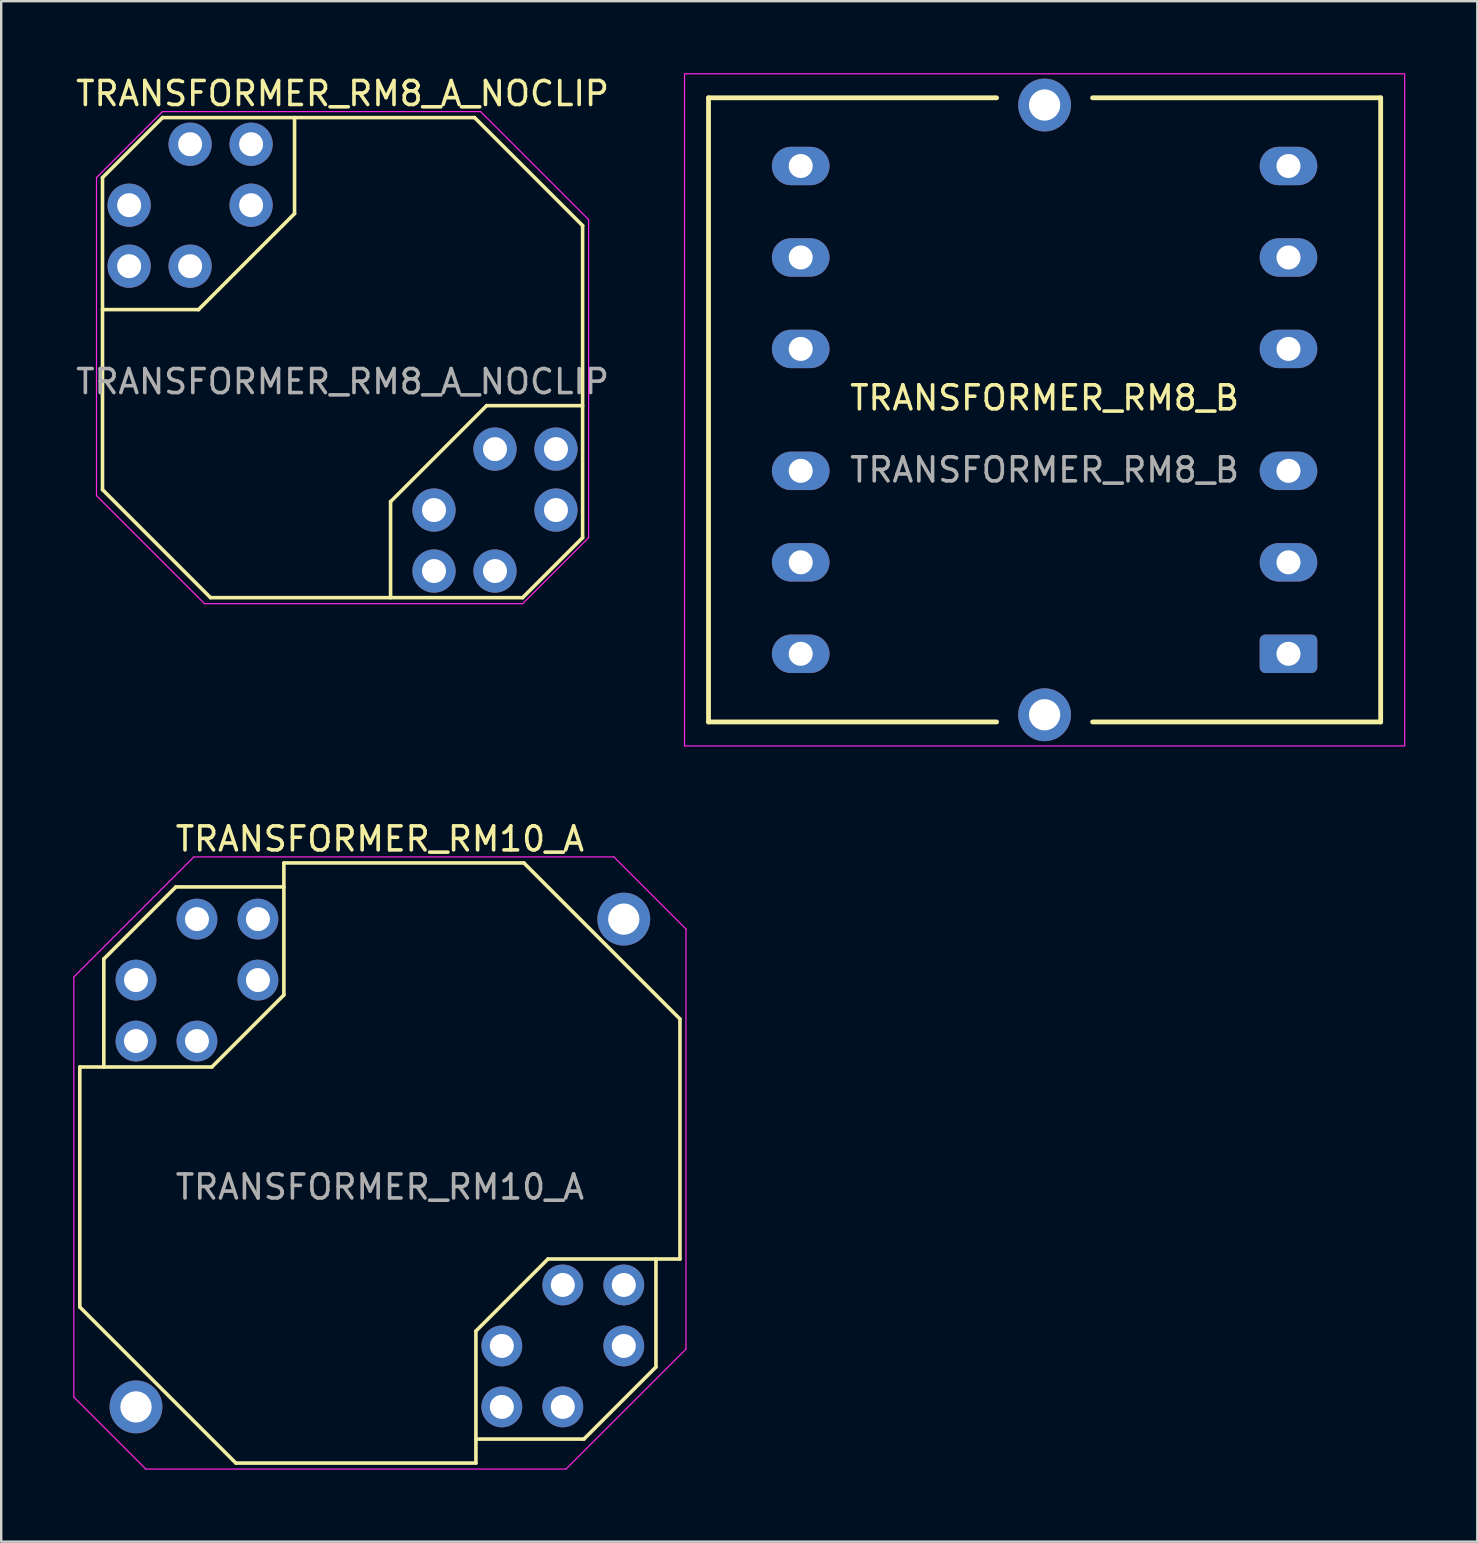
<source format=kicad_pcb>
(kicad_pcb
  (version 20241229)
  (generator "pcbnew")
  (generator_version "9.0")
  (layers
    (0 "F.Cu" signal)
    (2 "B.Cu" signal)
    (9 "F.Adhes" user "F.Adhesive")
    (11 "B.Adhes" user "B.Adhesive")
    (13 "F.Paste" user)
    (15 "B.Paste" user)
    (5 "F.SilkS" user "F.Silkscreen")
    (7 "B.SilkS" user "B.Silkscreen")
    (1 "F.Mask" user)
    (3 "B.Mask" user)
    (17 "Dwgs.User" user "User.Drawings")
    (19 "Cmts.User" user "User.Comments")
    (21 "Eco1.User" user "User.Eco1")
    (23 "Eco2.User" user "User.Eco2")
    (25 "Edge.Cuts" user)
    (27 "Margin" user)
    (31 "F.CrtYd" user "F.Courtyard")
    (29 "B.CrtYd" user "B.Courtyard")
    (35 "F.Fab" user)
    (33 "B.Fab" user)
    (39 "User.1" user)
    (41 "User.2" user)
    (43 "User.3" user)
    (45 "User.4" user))
  (footprint "TRANSFORMER_RM8_A_NOCLIP"
    (layer "F.Cu")
    (at 11.22 11.848)
    (property "Reference" "TRANSFORMER_RM8_A_NOCLIP" (at 0 -11 0) (unlocked yes) (layer "F.SilkS") (effects (font (size 1 1) (thickness 0.15))))
    (attr through_hole)
    (fp_line (start -10 -7.5) (end -10 5.5) (stroke (width 0.15) (type default)) (layer "F.SilkS"))
    (fp_line (start -10 -7.5) (end -7.5 -10) (stroke (width 0.15) (type default)) (layer "F.SilkS"))
    (fp_line (start -10 -2) (end -6 -2) (stroke (width 0.15) (type default)) (layer "F.SilkS"))
    (fp_line (start -10 5.5) (end -5.5 10) (stroke (width 0.15) (type default)) (layer "F.SilkS"))
    (fp_line (start -6 -2) (end -2 -6) (stroke (width 0.15) (type default)) (layer "F.SilkS"))
    (fp_line (start -5.5 10) (end 7.5 10) (stroke (width 0.15) (type default)) (layer "F.SilkS"))
    (fp_line (start -2 -6) (end -2 -10) (stroke (width 0.15) (type default)) (layer "F.SilkS"))
    (fp_line (start 2 6) (end 6 2) (stroke (width 0.15) (type default)) (layer "F.SilkS"))
    (fp_line (start 2 10) (end 2 6) (stroke (width 0.15) (type default)) (layer "F.SilkS"))
    (fp_line (start 5.5 -10) (end -7.5 -10) (stroke (width 0.15) (type default)) (layer "F.SilkS"))
    (fp_line (start 6 2) (end 10 2) (stroke (width 0.15) (type default)) (layer "F.SilkS"))
    (fp_line (start 7.5 10) (end 10 7.5) (stroke (width 0.15) (type default)) (layer "F.SilkS"))
    (fp_line (start 10 -5.5) (end 5.5 -10) (stroke (width 0.15) (type default)) (layer "F.SilkS"))
    (fp_line (start 10 7.5) (end 10 -5.5) (stroke (width 0.15) (type default)) (layer "F.SilkS"))
    (fp_line (start -10.25 -7.5) (end -7.5 -10.25) (stroke (width 0.05) (type default)) (layer "F.CrtYd"))
    (fp_line (start -10.25 5.75) (end -10.25 -7.5) (stroke (width 0.05) (type default)) (layer "F.CrtYd"))
    (fp_line (start -7.5 -10.25) (end 5.75 -10.25) (stroke (width 0.05) (type default)) (layer "F.CrtYd"))
    (fp_line (start -5.75 10.25) (end -10.25 5.75) (stroke (width 0.05) (type default)) (layer "F.CrtYd"))
    (fp_line (start 5.75 -10.25) (end 10.25 -5.75) (stroke (width 0.05) (type default)) (layer "F.CrtYd"))
    (fp_line (start 7.5 10.25) (end -5.75 10.25) (stroke (width 0.05) (type default)) (layer "F.CrtYd"))
    (fp_line (start 7.5 10.25) (end 10.25 7.5) (stroke (width 0.05) (type default)) (layer "F.CrtYd"))
    (fp_line (start 10.25 -5.75) (end 10.25 7.5) (stroke (width 0.05) (type default)) (layer "F.CrtYd"))
    (fp_text user "${REFERENCE}" (at 0 1 0) (unlocked yes) (layer "F.Fab") (effects (font (size 1 1) (thickness 0.15))))
    (pad "1" thru_hole circle (at 8.89 6.35) (size 1.8 1.8) (drill 1) (layers "*.Cu" "*.Mask"))
    (pad "2" thru_hole circle (at 8.89 3.81) (size 1.8 1.8) (drill 1) (layers "*.Cu" "*.Mask"))
    (pad "3" thru_hole circle (at 6.35 3.81) (size 1.8 1.8) (drill 1) (layers "*.Cu" "*.Mask"))
    (pad "4" thru_hole circle (at -3.81 -6.35) (size 1.8 1.8) (drill 1) (layers "*.Cu" "*.Mask"))
    (pad "5" thru_hole circle (at -3.81 -8.89) (size 1.8 1.8) (drill 1) (layers "*.Cu" "*.Mask"))
    (pad "6" thru_hole circle (at -6.35 -8.89) (size 1.8 1.8) (drill 1) (layers "*.Cu" "*.Mask"))
    (pad "7" thru_hole circle (at -8.89 -6.35) (size 1.8 1.8) (drill 1) (layers "*.Cu" "*.Mask"))
    (pad "8" thru_hole circle (at -8.89 -3.81) (size 1.8 1.8) (drill 1) (layers "*.Cu" "*.Mask"))
    (pad "9" thru_hole circle (at -6.35 -3.81) (size 1.8 1.8) (drill 1) (layers "*.Cu" "*.Mask"))
    (pad "10" thru_hole circle (at 3.81 6.35) (size 1.8 1.8) (drill 1) (layers "*.Cu" "*.Mask"))
    (pad "11" thru_hole circle (at 3.81 8.89) (size 1.8 1.8) (drill 1) (layers "*.Cu" "*.Mask"))
    (pad "12" thru_hole circle (at 6.35 8.89) (size 1.8 1.8) (drill 1) (layers "*.Cu" "*.Mask")))
  (footprint "TRANSFORMER_RM8_B"
    (layer "F.Cu")
    (at 40.465 14.025)
    (property "Reference" "TRANSFORMER_RM8_B" (at 0 -0.5 0) (unlocked yes) (layer "F.SilkS") (effects (font (size 1 1) (thickness 0.15))))
    (attr through_hole)
    (fp_line (start -14 -13) (end -14 13) (stroke (width 0.2) (type default)) (layer "F.SilkS"))
    (fp_line (start -14 13) (end -2 13) (stroke (width 0.2) (type default)) (layer "F.SilkS"))
    (fp_line (start -2 -13) (end -14 -13) (stroke (width 0.2) (type default)) (layer "F.SilkS"))
    (fp_line (start 2 13) (end 14 13) (stroke (width 0.2) (type default)) (layer "F.SilkS"))
    (fp_line (start 14 -13) (end 2 -13) (stroke (width 0.2) (type default)) (layer "F.SilkS"))
    (fp_line (start 14 13) (end 14 -13) (stroke (width 0.2) (type default)) (layer "F.SilkS"))
    (fp_rect (start -15 -14) (end 15 14) (stroke (width 0.05) (type default)) (fill no) (layer "F.CrtYd"))
    (fp_text user "${REFERENCE}" (at 0 2.5 0) (unlocked yes) (layer "F.Fab") (effects (font (size 1 1) (thickness 0.15))))
    (pad "1" thru_hole roundrect (at 10.16 10.16) (size 2.4 1.6) (drill 1) (layers "*.Cu" "*.Mask") (roundrect_rratio 0.147))
    (pad "2" thru_hole oval (at 10.16 6.35) (size 2.4 1.6) (drill 1) (layers "*.Cu" "*.Mask"))
    (pad "3" thru_hole oval (at 10.16 2.54) (size 2.4 1.6) (drill 1) (layers "*.Cu" "*.Mask"))
    (pad "4" thru_hole oval (at 10.16 -2.54) (size 2.4 1.6) (drill 1) (layers "*.Cu" "*.Mask"))
    (pad "5" thru_hole oval (at 10.16 -6.35) (size 2.4 1.6) (drill 1) (layers "*.Cu" "*.Mask"))
    (pad "6" thru_hole oval (at 10.16 -10.16) (size 2.4 1.6) (drill 1) (layers "*.Cu" "*.Mask"))
    (pad "7" thru_hole oval (at -10.16 -10.16) (size 2.4 1.6) (drill 1) (layers "*.Cu" "*.Mask"))
    (pad "8" thru_hole oval (at -10.16 -6.35) (size 2.4 1.6) (drill 1) (layers "*.Cu" "*.Mask"))
    (pad "9" thru_hole oval (at -10.16 -2.54) (size 2.4 1.6) (drill 1) (layers "*.Cu" "*.Mask"))
    (pad "10" thru_hole oval (at -10.16 2.54) (size 2.4 1.6) (drill 1) (layers "*.Cu" "*.Mask"))
    (pad "11" thru_hole oval (at -10.16 6.35) (size 2.4 1.6) (drill 1) (layers "*.Cu" "*.Mask"))
    (pad "12" thru_hole oval (at -10.16 10.16) (size 2.4 1.6) (drill 1) (layers "*.Cu" "*.Mask"))
    (pad "13" thru_hole circle (at 0 -12.7) (size 2.2 2.2) (drill 1.3) (layers "*.Cu" "*.Mask"))
    (pad "14" thru_hole oval (at 0 12.7) (size 2.2 2.2) (drill 1.3) (layers "*.Cu" "*.Mask")))
  (footprint "TRANSFORMER_RM10_A"
    (layer "F.Cu")
    (at 12.775 45.398)
    (property "Reference" "TRANSFORMER_RM10_A" (at 0 -13.5 0) (unlocked yes) (layer "F.SilkS") (effects (font (size 1 1) (thickness 0.15))))
    (attr through_hole)
    (fp_line (start -12.5 -4) (end -7 -4) (stroke (width 0.15) (type default)) (layer "F.SilkS"))
    (fp_line (start -12.5 6) (end -12.5 -4) (stroke (width 0.15) (type default)) (layer "F.SilkS"))
    (fp_line (start -11.5 -8.5) (end -8.5 -11.5) (stroke (width 0.15) (type default)) (layer "F.SilkS"))
    (fp_line (start -11.5 -4) (end -11.5 -8.5) (stroke (width 0.15) (type default)) (layer "F.SilkS"))
    (fp_line (start -8.5 -11.5) (end -4 -11.5) (stroke (width 0.15) (type default)) (layer "F.SilkS"))
    (fp_line (start -7 -4) (end -4 -7) (stroke (width 0.15) (type default)) (layer "F.SilkS"))
    (fp_line (start -6 12.5) (end -12.5 6) (stroke (width 0.15) (type default)) (layer "F.SilkS"))
    (fp_line (start -4 -12.5) (end 6 -12.5) (stroke (width 0.15) (type default)) (layer "F.SilkS"))
    (fp_line (start -4 -7) (end -4 -12.5) (stroke (width 0.15) (type default)) (layer "F.SilkS"))
    (fp_line (start 4 7) (end 4 12.5) (stroke (width 0.15) (type default)) (layer "F.SilkS"))
    (fp_line (start 4 11.5) (end 8.5 11.5) (stroke (width 0.15) (type default)) (layer "F.SilkS"))
    (fp_line (start 4 12.5) (end -6 12.5) (stroke (width 0.15) (type default)) (layer "F.SilkS"))
    (fp_line (start 6 -12.5) (end 12.5 -6) (stroke (width 0.15) (type default)) (layer "F.SilkS"))
    (fp_line (start 7 4) (end 4 7) (stroke (width 0.15) (type default)) (layer "F.SilkS"))
    (fp_line (start 8.5 11.5) (end 11.5 8.5) (stroke (width 0.15) (type default)) (layer "F.SilkS"))
    (fp_line (start 11.5 8.5) (end 11.5 4) (stroke (width 0.15) (type default)) (layer "F.SilkS"))
    (fp_line (start 12.5 -6) (end 12.5 4) (stroke (width 0.15) (type default)) (layer "F.SilkS"))
    (fp_line (start 12.5 4) (end 7 4) (stroke (width 0.15) (type default)) (layer "F.SilkS"))
    (fp_line (start -12.75 -7.75) (end -7.75 -12.75) (stroke (width 0.05) (type default)) (layer "F.CrtYd"))
    (fp_line (start -12.75 9.75) (end -12.75 -7.75) (stroke (width 0.05) (type default)) (layer "F.CrtYd"))
    (fp_line (start -12.75 9.75) (end -9.75 12.75) (stroke (width 0.05) (type default)) (layer "F.CrtYd"))
    (fp_line (start -7.75 -12.75) (end 9.75 -12.75) (stroke (width 0.05) (type default)) (layer "F.CrtYd"))
    (fp_line (start 7.75 12.75) (end -9.75 12.75) (stroke (width 0.05) (type default)) (layer "F.CrtYd"))
    (fp_line (start 9.75 -12.75) (end 12.75 -9.75) (stroke (width 0.05) (type default)) (layer "F.CrtYd"))
    (fp_line (start 12.75 -9.75) (end 12.75 7.75) (stroke (width 0.05) (type default)) (layer "F.CrtYd"))
    (fp_line (start 12.75 7.75) (end 7.75 12.75) (stroke (width 0.05) (type default)) (layer "F.CrtYd"))
    (fp_text user "${REFERENCE}" (at 0 1 0) (unlocked yes) (layer "F.Fab") (effects (font (size 1 1) (thickness 0.15))))
    (pad "1" thru_hole circle (at 10.16 7.62) (size 1.7 1.7) (drill 1) (layers "*.Cu" "*.Mask"))
    (pad "2" thru_hole circle (at 10.16 5.08) (size 1.7 1.7) (drill 1) (layers "*.Cu" "*.Mask"))
    (pad "3" thru_hole circle (at 7.62 5.08) (size 1.7 1.7) (drill 1) (layers "*.Cu" "*.Mask"))
    (pad "4" thru_hole circle (at -5.08 -7.62) (size 1.7 1.7) (drill 1) (layers "*.Cu" "*.Mask"))
    (pad "5" thru_hole circle (at -5.08 -10.16) (size 1.7 1.7) (drill 1) (layers "*.Cu" "*.Mask"))
    (pad "6" thru_hole circle (at -7.62 -10.16) (size 1.7 1.7) (drill 1) (layers "*.Cu" "*.Mask"))
    (pad "7" thru_hole circle (at -10.16 -7.62) (size 1.7 1.7) (drill 1) (layers "*.Cu" "*.Mask"))
    (pad "8" thru_hole circle (at -10.16 -5.08) (size 1.7 1.7) (drill 1) (layers "*.Cu" "*.Mask"))
    (pad "9" thru_hole circle (at -7.62 -5.08) (size 1.7 1.7) (drill 1) (layers "*.Cu" "*.Mask"))
    (pad "10" thru_hole circle (at 5.08 7.62) (size 1.7 1.7) (drill 1) (layers "*.Cu" "*.Mask"))
    (pad "11" thru_hole circle (at 5.08 10.16) (size 1.7 1.7) (drill 1) (layers "*.Cu" "*.Mask"))
    (pad "12" thru_hole circle (at 7.62 10.16) (size 1.7 1.7) (drill 1) (layers "*.Cu" "*.Mask"))
    (pad "13" thru_hole circle (at -10.16 10.16) (size 2.2 2.2) (drill 1.3) (layers "*.Cu" "*.Mask"))
    (pad "14" thru_hole circle (at 10.16 -10.16) (size 2.2 2.2) (drill 1.3) (layers "*.Cu" "*.Mask")))
  (gr_rect
    (start -3 -3)
    (end 58.49 61.173)
    (stroke (width 0.1) (type default))
    (fill no)
    (layer "Edge.Cuts")))
</source>
